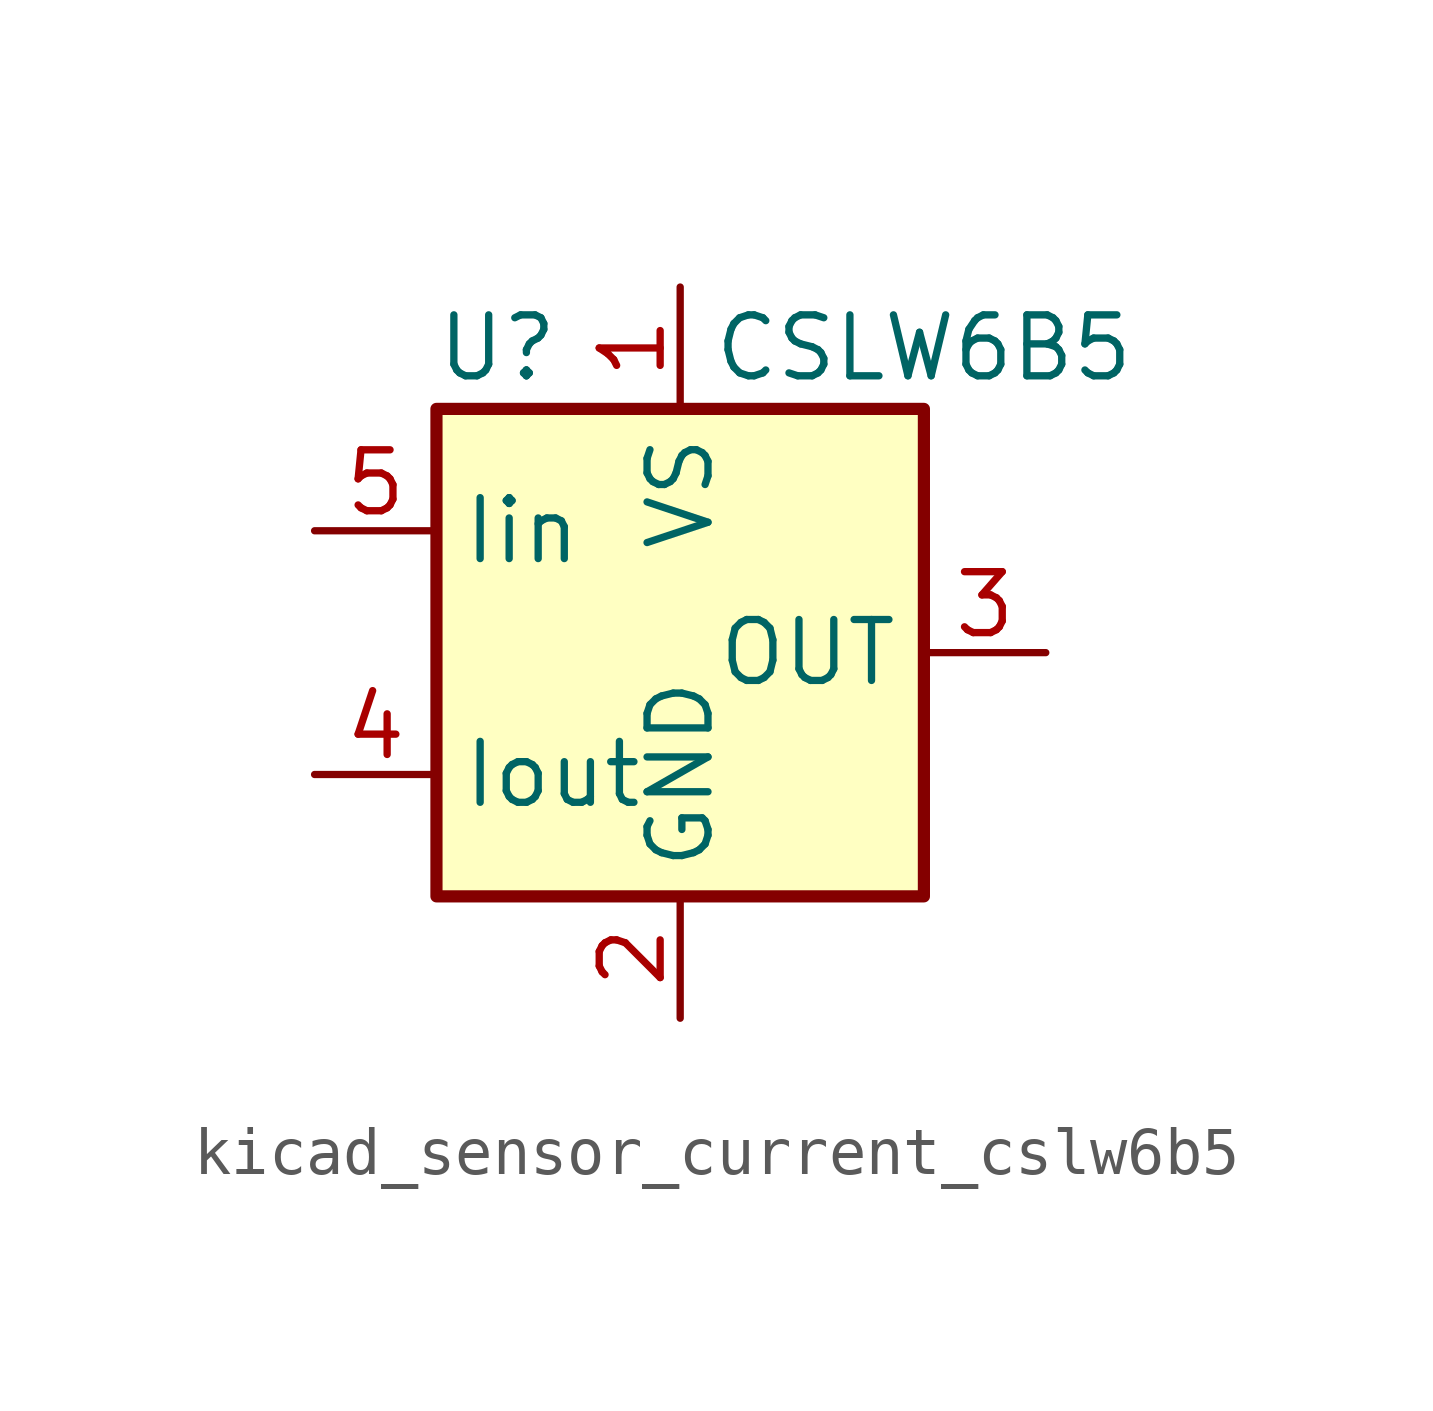
<source format=kicad_sym>
(kicad_symbol_lib
  (version 20220914)
  (generator kicad_symbol_editor)
  (symbol "kicad_sensor_current_cslw6b5"
    (property "Reference" "U"
      (at -3.81 6.35 0)
      (effects (font (size 1.27 1.27))))
    (property "Value" "CSLW6B5"
      (at 5.08 6.35 0)
      (effects (font (size 1.27 1.27))))
    (symbol "kicad_sensor_current_cslw6b5_0_1"
      (rectangle (start -5.08 5.08) (end 5.08 -5.08) (stroke (width 0.254) (type default)) (fill (type background))))
    (symbol "kicad_sensor_current_cslw6b5_1_1"
      (pin power_in line (at 0 7.62 270) (length 2.54) (name "VS" (effects (font (size 1.27 1.27)))) (number "1" (effects (font (size 1.27 1.27)))))
      (pin power_in line (at 0 -7.62 90) (length 2.54) (name "GND" (effects (font (size 1.27 1.27)))) (number "2" (effects (font (size 1.27 1.27)))))
      (pin output line (at 7.62 0 180) (length 2.54) (name "OUT" (effects (font (size 1.27 1.27)))) (number "3" (effects (font (size 1.27 1.27)))))
      (pin passive line (at -7.62 -2.54 0) (length 2.54) (name "Iout" (effects (font (size 1.27 1.27)))) (number "4" (effects (font (size 1.27 1.27)))))
      (pin passive line (at -7.62 2.54 0) (length 2.54) (name "Iin" (effects (font (size 1.27 1.27)))) (number "5" (effects (font (size 1.27 1.27))))))))
</source>
